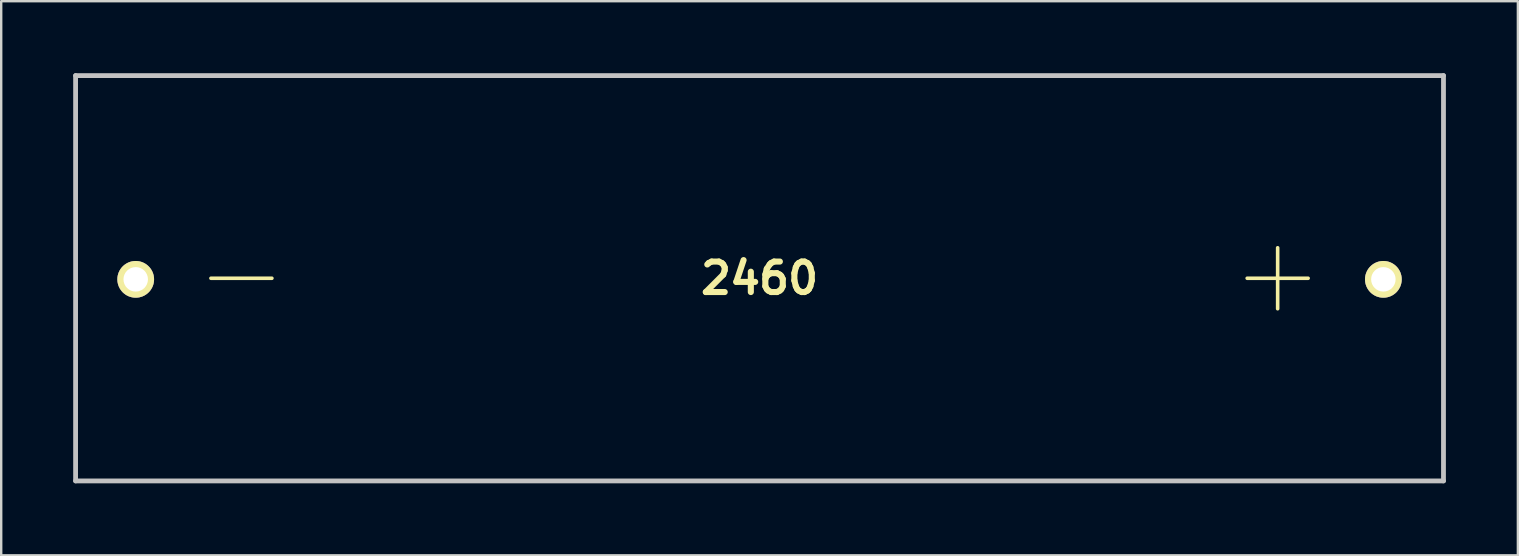
<source format=kicad_pcb>
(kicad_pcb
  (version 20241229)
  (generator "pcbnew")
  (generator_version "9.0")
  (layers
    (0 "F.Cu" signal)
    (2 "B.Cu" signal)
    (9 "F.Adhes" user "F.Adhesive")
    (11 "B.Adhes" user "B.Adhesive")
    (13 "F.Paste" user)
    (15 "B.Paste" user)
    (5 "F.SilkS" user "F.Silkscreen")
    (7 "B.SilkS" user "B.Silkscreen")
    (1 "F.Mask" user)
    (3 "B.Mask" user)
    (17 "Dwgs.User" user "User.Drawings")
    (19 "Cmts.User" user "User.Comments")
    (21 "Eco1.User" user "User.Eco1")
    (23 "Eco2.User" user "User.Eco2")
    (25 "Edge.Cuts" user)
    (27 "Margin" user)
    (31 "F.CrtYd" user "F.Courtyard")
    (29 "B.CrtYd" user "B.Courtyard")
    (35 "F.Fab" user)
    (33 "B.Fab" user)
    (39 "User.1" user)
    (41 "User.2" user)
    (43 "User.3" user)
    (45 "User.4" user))
  (footprint "2460"
    (layer "F.Cu")
    (at 28.6 8.545)
    (property "Reference" "2460" (at 0 0 0) (layer "F.SilkS") (effects (font (size 1.27 1.27) (thickness 0.254))))
    (attr through_hole)
    (fp_line (start -28.5 -8.445) (end 28.5 -8.445) (stroke (width 0.1) (type solid)) (layer "F.SilkS"))
    (fp_line (start -28.5 8.445) (end -28.5 -8.445) (stroke (width 0.1) (type solid)) (layer "F.SilkS"))
    (fp_line (start -22.86 0) (end -20.32 0) (stroke (width 0.15) (type solid)) (layer "F.SilkS"))
    (fp_line (start 20.32 0) (end 22.86 0) (stroke (width 0.15) (type solid)) (layer "F.SilkS"))
    (fp_line (start 21.59 -1.27) (end 21.59 1.27) (stroke (width 0.15) (type solid)) (layer "F.SilkS"))
    (fp_line (start 28.5 -8.445) (end 28.5 8.445) (stroke (width 0.1) (type solid)) (layer "F.SilkS"))
    (fp_line (start 28.5 8.445) (end -28.5 8.445) (stroke (width 0.1) (type solid)) (layer "F.SilkS"))
    (fp_line (start -28.5 -8.445) (end 28.5 -8.445) (stroke (width 0.2) (type solid)) (layer "Dwgs.User"))
    (fp_line (start -28.5 8.445) (end -28.5 -8.445) (stroke (width 0.2) (type solid)) (layer "Dwgs.User"))
    (fp_line (start 28.5 -8.445) (end 28.5 8.445) (stroke (width 0.2) (type solid)) (layer "Dwgs.User"))
    (fp_line (start 28.5 8.445) (end -28.5 8.445) (stroke (width 0.2) (type solid)) (layer "Dwgs.User"))
    (pad "1" thru_hole circle (at 25.995 0.045 90) (size 1.53 1.53) (drill 1.02) (layers "*.Cu" "*.Mask" "F.SilkS"))
    (pad "2" thru_hole circle (at -25.995 0.045 90) (size 1.53 1.53) (drill 1.02) (layers "*.Cu" "*.Mask" "F.SilkS")))
  (gr_rect
    (start -3 -3)
    (end 60.2 20.09)
    (stroke (width 0.1) (type default))
    (fill no)
    (layer "Edge.Cuts")))
</source>
